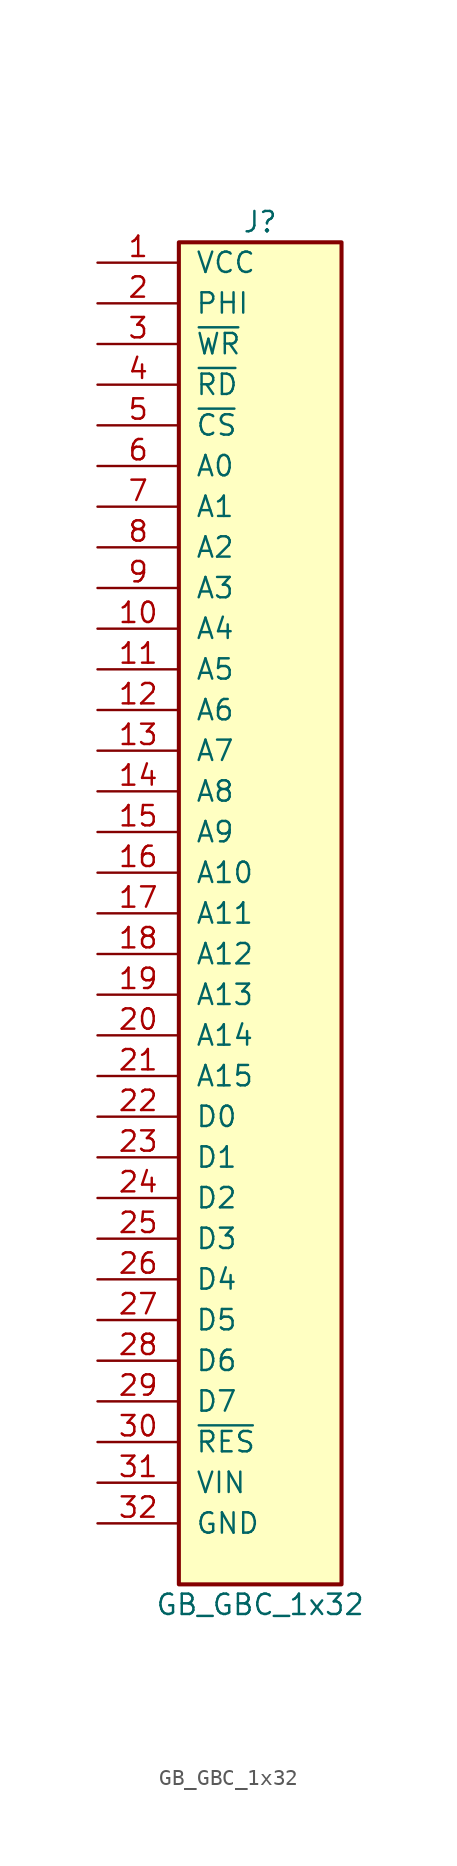
<source format=kicad_sym>
(kicad_symbol_lib
  (version 20211014)
  (generator kicad_symbol_editor)
  (symbol "GB_GBC_1x32"
    (pin_names
      (offset 1.016))
    (property "Reference" "J"
      (at 0 44.45 0)
      (effects (font (size 1.27 1.27))))
    (property "Value" "GB_GBC_1x32"
      (at 0 -41.91 0)
      (effects (font (size 1.27 1.27))))
    (symbol "GB_GBC_1x32_1_1"
      (rectangle (start -5.08 43.18) (end 5.08 -40.64) (stroke (width 0.254) (type default) (color 0 0 0 0)) (fill (type background)))
      (pin power_in line (at -10.16 41.91 0) (length 5.08) (name "VCC" (effects (font (size 1.27 1.27)))) (number "1" (effects (font (size 1.27 1.27)))))
      (pin bidirectional line (at -10.16 19.05 0) (length 5.08) (name "A4" (effects (font (size 1.27 1.27)))) (number "10" (effects (font (size 1.27 1.27)))))
      (pin bidirectional line (at -10.16 16.51 0) (length 5.08) (name "A5" (effects (font (size 1.27 1.27)))) (number "11" (effects (font (size 1.27 1.27)))))
      (pin bidirectional line (at -10.16 13.97 0) (length 5.08) (name "A6" (effects (font (size 1.27 1.27)))) (number "12" (effects (font (size 1.27 1.27)))))
      (pin bidirectional line (at -10.16 11.43 0) (length 5.08) (name "A7" (effects (font (size 1.27 1.27)))) (number "13" (effects (font (size 1.27 1.27)))))
      (pin bidirectional line (at -10.16 8.89 0) (length 5.08) (name "A8" (effects (font (size 1.27 1.27)))) (number "14" (effects (font (size 1.27 1.27)))))
      (pin bidirectional line (at -10.16 6.35 0) (length 5.08) (name "A9" (effects (font (size 1.27 1.27)))) (number "15" (effects (font (size 1.27 1.27)))))
      (pin bidirectional line (at -10.16 3.81 0) (length 5.08) (name "A10" (effects (font (size 1.27 1.27)))) (number "16" (effects (font (size 1.27 1.27)))))
      (pin bidirectional line (at -10.16 1.27 0) (length 5.08) (name "A11" (effects (font (size 1.27 1.27)))) (number "17" (effects (font (size 1.27 1.27)))))
      (pin bidirectional line (at -10.16 -1.27 0) (length 5.08) (name "A12" (effects (font (size 1.27 1.27)))) (number "18" (effects (font (size 1.27 1.27)))))
      (pin bidirectional line (at -10.16 -3.81 0) (length 5.08) (name "A13" (effects (font (size 1.27 1.27)))) (number "19" (effects (font (size 1.27 1.27)))))
      (pin passive line (at -10.16 39.37 0) (length 5.08) (name "PHI" (effects (font (size 1.27 1.27)))) (number "2" (effects (font (size 1.27 1.27)))))
      (pin bidirectional line (at -10.16 -6.35 0) (length 5.08) (name "A14" (effects (font (size 1.27 1.27)))) (number "20" (effects (font (size 1.27 1.27)))))
      (pin bidirectional line (at -10.16 -8.89 0) (length 5.08) (name "A15" (effects (font (size 1.27 1.27)))) (number "21" (effects (font (size 1.27 1.27)))))
      (pin bidirectional line (at -10.16 -11.43 0) (length 5.08) (name "D0" (effects (font (size 1.27 1.27)))) (number "22" (effects (font (size 1.27 1.27)))))
      (pin bidirectional line (at -10.16 -13.97 0) (length 5.08) (name "D1" (effects (font (size 1.27 1.27)))) (number "23" (effects (font (size 1.27 1.27)))))
      (pin bidirectional line (at -10.16 -16.51 0) (length 5.08) (name "D2" (effects (font (size 1.27 1.27)))) (number "24" (effects (font (size 1.27 1.27)))))
      (pin bidirectional line (at -10.16 -19.05 0) (length 5.08) (name "D3" (effects (font (size 1.27 1.27)))) (number "25" (effects (font (size 1.27 1.27)))))
      (pin bidirectional line (at -10.16 -21.59 0) (length 5.08) (name "D4" (effects (font (size 1.27 1.27)))) (number "26" (effects (font (size 1.27 1.27)))))
      (pin bidirectional line (at -10.16 -24.13 0) (length 5.08) (name "D5" (effects (font (size 1.27 1.27)))) (number "27" (effects (font (size 1.27 1.27)))))
      (pin bidirectional line (at -10.16 -26.67 0) (length 5.08) (name "D6" (effects (font (size 1.27 1.27)))) (number "28" (effects (font (size 1.27 1.27)))))
      (pin bidirectional line (at -10.16 -29.21 0) (length 5.08) (name "D7" (effects (font (size 1.27 1.27)))) (number "29" (effects (font (size 1.27 1.27)))))
      (pin passive line (at -10.16 36.83 0) (length 5.08) (name "~{WR}" (effects (font (size 1.27 1.27)))) (number "3" (effects (font (size 1.27 1.27)))))
      (pin passive line (at -10.16 -31.75 0) (length 5.08) (name "~{RES}" (effects (font (size 1.27 1.27)))) (number "30" (effects (font (size 1.27 1.27)))))
      (pin passive line (at -10.16 -34.29 0) (length 5.08) (name "VIN" (effects (font (size 1.27 1.27)))) (number "31" (effects (font (size 1.27 1.27)))))
      (pin power_in line (at -10.16 -36.83 0) (length 5.08) (name "GND" (effects (font (size 1.27 1.27)))) (number "32" (effects (font (size 1.27 1.27)))))
      (pin passive line (at -10.16 34.29 0) (length 5.08) (name "~{RD}" (effects (font (size 1.27 1.27)))) (number "4" (effects (font (size 1.27 1.27)))))
      (pin passive line (at -10.16 31.75 0) (length 5.08) (name "~{CS}" (effects (font (size 1.27 1.27)))) (number "5" (effects (font (size 1.27 1.27)))))
      (pin bidirectional line (at -10.16 29.21 0) (length 5.08) (name "A0" (effects (font (size 1.27 1.27)))) (number "6" (effects (font (size 1.27 1.27)))))
      (pin bidirectional line (at -10.16 26.67 0) (length 5.08) (name "A1" (effects (font (size 1.27 1.27)))) (number "7" (effects (font (size 1.27 1.27)))))
      (pin bidirectional line (at -10.16 24.13 0) (length 5.08) (name "A2" (effects (font (size 1.27 1.27)))) (number "8" (effects (font (size 1.27 1.27)))))
      (pin bidirectional line (at -10.16 21.59 0) (length 5.08) (name "A3" (effects (font (size 1.27 1.27)))) (number "9" (effects (font (size 1.27 1.27))))))))
</source>
